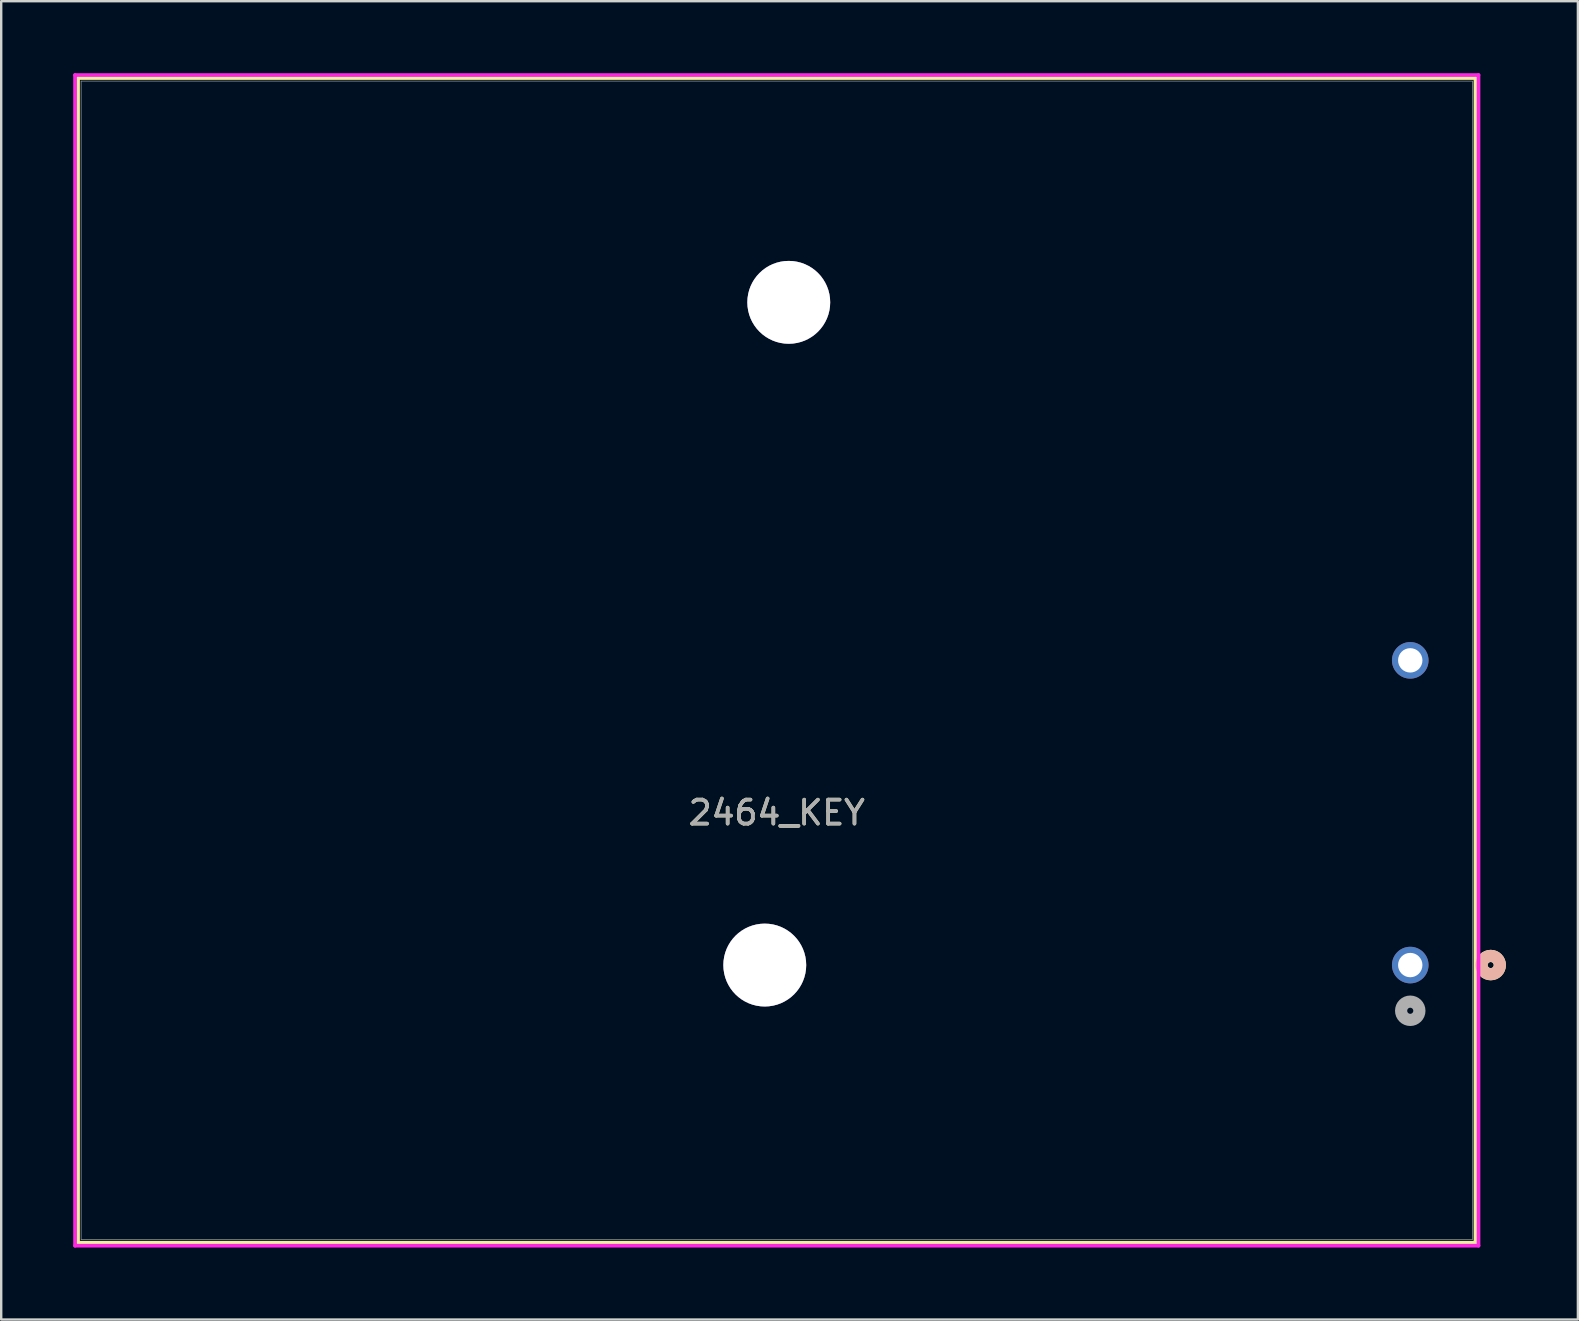
<source format=kicad_pcb>
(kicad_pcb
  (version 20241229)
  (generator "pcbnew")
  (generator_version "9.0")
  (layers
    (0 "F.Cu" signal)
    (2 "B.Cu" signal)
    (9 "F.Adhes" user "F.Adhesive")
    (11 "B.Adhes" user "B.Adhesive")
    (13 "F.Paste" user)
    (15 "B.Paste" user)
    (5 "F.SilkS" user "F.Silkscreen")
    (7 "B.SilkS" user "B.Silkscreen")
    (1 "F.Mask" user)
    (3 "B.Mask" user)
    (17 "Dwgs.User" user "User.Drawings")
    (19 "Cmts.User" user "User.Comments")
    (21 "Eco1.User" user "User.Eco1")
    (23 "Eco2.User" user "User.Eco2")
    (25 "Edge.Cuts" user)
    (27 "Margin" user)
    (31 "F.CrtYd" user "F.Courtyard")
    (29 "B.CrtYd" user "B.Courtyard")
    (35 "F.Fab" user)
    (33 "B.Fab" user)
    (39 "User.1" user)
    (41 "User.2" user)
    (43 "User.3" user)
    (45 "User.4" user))
  (footprint "2464_KEY"
    (layer "F.Cu")
    (at 55.728 37.173)
    (property "Reference" "2464_KEY" (at -26.403 -6.35 0) (unlocked yes) (layer "F.SilkS") (effects (font (size 1 1) (thickness 0.15))))
    (attr through_hole)
    (fp_line (start -55.524 -36.97) (end -55.524 11.57) (stroke (width 0.152) (type solid)) (layer "F.SilkS"))
    (fp_line (start -55.524 11.57) (end 2.718 11.57) (stroke (width 0.152) (type solid)) (layer "F.SilkS"))
    (fp_line (start 2.718 -36.97) (end -55.524 -36.97) (stroke (width 0.152) (type solid)) (layer "F.SilkS"))
    (fp_line (start 2.718 11.57) (end 2.718 -36.97) (stroke (width 0.152) (type solid)) (layer "F.SilkS"))
    (fp_circle (center 3.353 0) (end 3.734 0) (stroke (width 0.508) (type solid)) (fill no) (layer "F.SilkS"))
    (fp_circle (center 3.353 0) (end 3.734 0) (stroke (width 0.508) (type solid)) (fill no) (layer "B.SilkS"))
    (fp_line (start -55.651 -37.097) (end -55.651 11.697) (stroke (width 0.152) (type solid)) (layer "F.CrtYd"))
    (fp_line (start -55.651 11.697) (end 2.845 11.697) (stroke (width 0.152) (type solid)) (layer "F.CrtYd"))
    (fp_line (start 2.845 -37.097) (end -55.651 -37.097) (stroke (width 0.152) (type solid)) (layer "F.CrtYd"))
    (fp_line (start 2.845 11.697) (end 2.845 -37.097) (stroke (width 0.152) (type solid)) (layer "F.CrtYd"))
    (fp_line (start -55.397 -36.843) (end -55.397 11.443) (stroke (width 0.025) (type solid)) (layer "F.Fab"))
    (fp_line (start -55.397 11.443) (end 2.591 11.443) (stroke (width 0.025) (type solid)) (layer "F.Fab"))
    (fp_line (start 2.591 -36.843) (end -55.397 -36.843) (stroke (width 0.025) (type solid)) (layer "F.Fab"))
    (fp_line (start 2.591 11.443) (end 2.591 -36.843) (stroke (width 0.025) (type solid)) (layer "F.Fab"))
    (fp_circle (center 0 1.905) (end 0.381 1.905) (stroke (width 0.508) (type solid)) (fill no) (layer "F.Fab"))
    (fp_text user "${REFERENCE}" (at -26.403 -6.35 0) (unlocked yes) (layer "F.Fab") (effects (font (size 1 1) (thickness 0.15))))
    (pad "1" thru_hole circle (at 0 0) (size 1.524 1.524) (drill 1.016) (layers "*.Cu" "*.Mask"))
    (pad "2" thru_hole circle (at 0 -12.7) (size 1.524 1.524) (drill 1.016) (layers "*.Cu" "*.Mask"))
    (pad "3" thru_hole circle (at -25.903 -27.622) (size 3.454 3.454) (drill 3.454) (layers "*.Cu" "*.Mask"))
    (pad "4" thru_hole circle (at -26.903 0) (size 3.454 3.454) (drill 3.454) (layers "*.Cu" "*.Mask")))
  (gr_rect
    (start -3 -3)
    (end 62.715 51.946)
    (stroke (width 0.1) (type default))
    (fill no)
    (layer "Edge.Cuts")))
</source>
